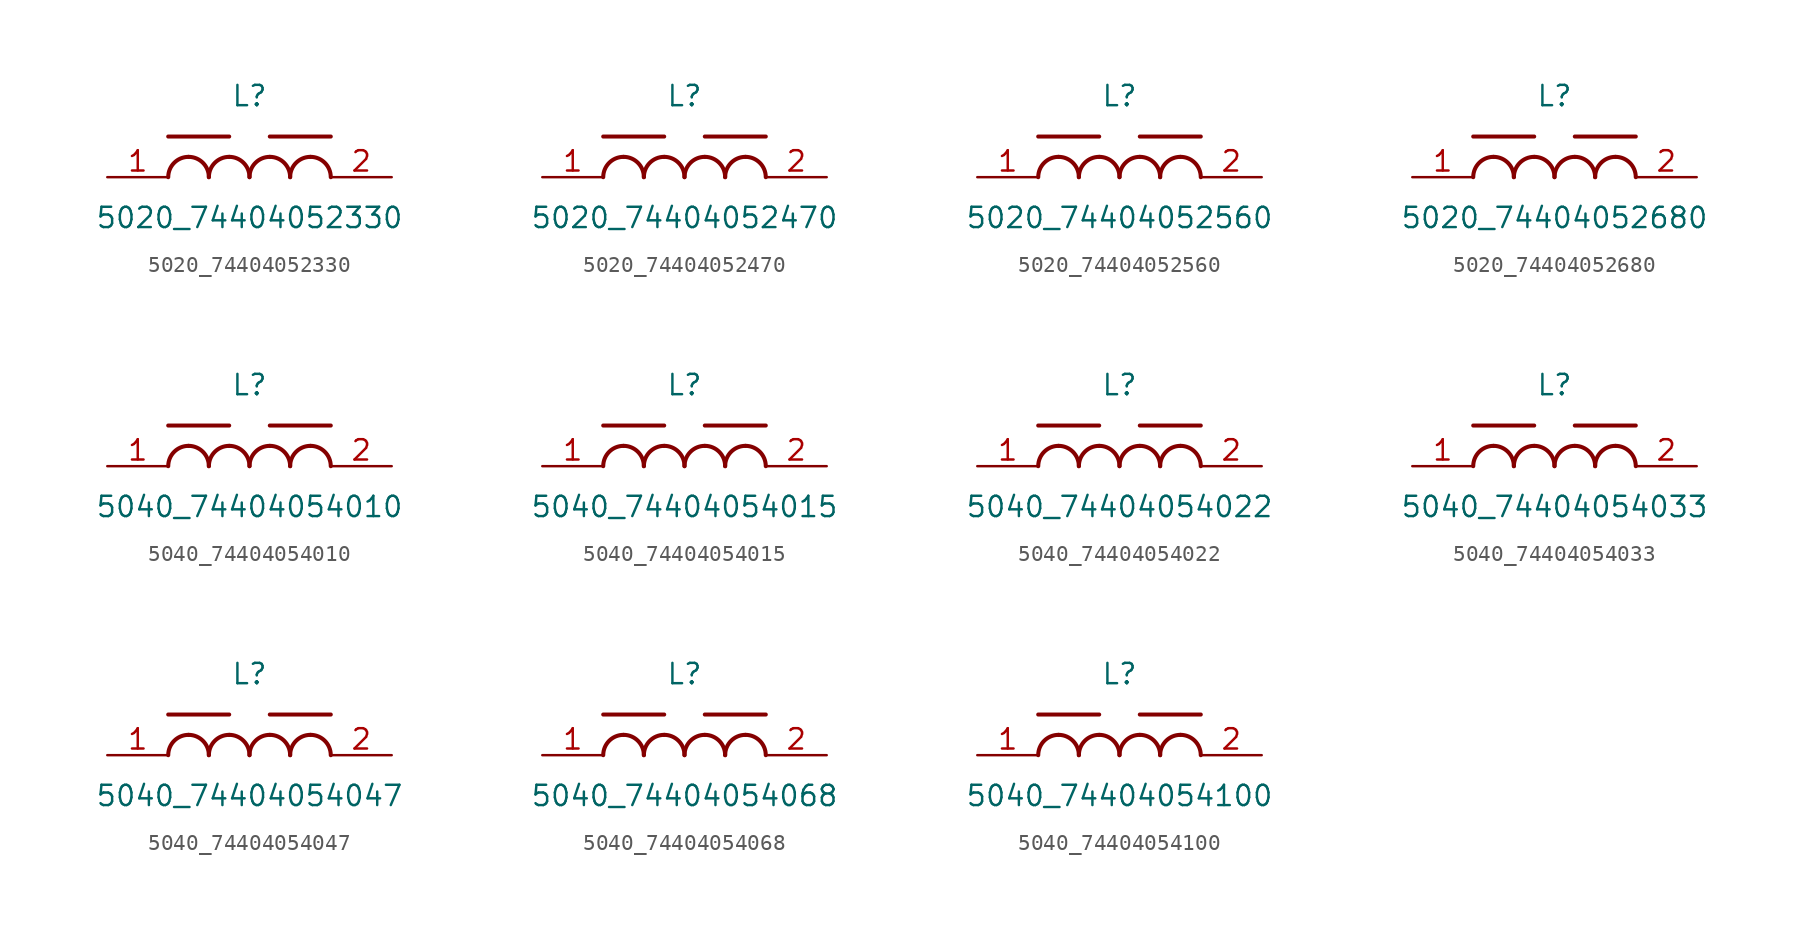
<source format=kicad_sym>
(kicad_symbol_lib
  (version 20211014)
  (generator kicad_symbol_editor)
  (symbol "Inductor_Wurth_WE-LQS:5020_74404052330"
    (pin_names hide)
    (property "Reference" "L"
      (at 0 5.08 0)
      (effects (font (size 1.27 1.27))))
    (property "Value" "5020_74404052330"
      (at 0 -2.54 0)
      (effects (font (size 1.27 1.27))))
    (symbol "5020_74404052330_0_1"
      (arc (start -3.81 1.27) (mid -4.708 0.898) (end -5.08 0) (stroke (width 0.254) (type default) (color 0 0 0 0)) (fill (type none)))
      (arc (start -2.54 0) (mid -2.912 0.898) (end -3.81 1.27) (stroke (width 0.254) (type default) (color 0 0 0 0)) (fill (type none)))
      (arc (start -1.2699 1.2701) (mid -2.1679 0.8981) (end -2.5399 0.0001) (stroke (width 0.254) (type default) (color 0 0 0 0)) (fill (type none)))
      (polyline (pts (xy -5.08 2.54) (xy -1.27 2.54)) (stroke (width 0.254) (type default) (color 0 0 0 0)) (fill (type none)))
      (polyline (pts (xy 5.08 2.54) (xy 1.27 2.54)) (stroke (width 0.254) (type default) (color 0 0 0 0)) (fill (type none)))
      (arc (start 0.0001 0.0001) (mid -0.3719 0.8981) (end -1.2699 1.2701) (stroke (width 0.254) (type default) (color 0 0 0 0)) (fill (type none)))
      (arc (start 1.2701 1.2701) (mid 0.3721 0.8981) (end 0.0001 0.0001) (stroke (width 0.254) (type default) (color 0 0 0 0)) (fill (type none)))
      (arc (start 2.5401 0.0001) (mid 2.1681 0.8981) (end 1.2701 1.2701) (stroke (width 0.254) (type default) (color 0 0 0 0)) (fill (type none)))
      (arc (start 3.8101 1.2701) (mid 2.9121 0.8981) (end 2.5401 0.0001) (stroke (width 0.254) (type default) (color 0 0 0 0)) (fill (type none)))
      (arc (start 5.0801 0.0001) (mid 4.7081 0.8981) (end 3.8101 1.2701) (stroke (width 0.254) (type default) (color 0 0 0 0)) (fill (type none))))
    (symbol "5020_74404052330_1_1"
      (pin passive line (at -8.89 0 0) (length 3.81) (name "1" (effects (font (size 1.27 1.27)))) (number "1" (effects (font (size 1.27 1.27)))))
      (pin passive line (at 8.89 0 180) (length 3.81) (name "2" (effects (font (size 1.27 1.27)))) (number "2" (effects (font (size 1.27 1.27)))))))
  (symbol "Inductor_Wurth_WE-LQS:5020_74404052470"
    (pin_names hide)
    (property "Reference" "L"
      (at 0 5.08 0)
      (effects (font (size 1.27 1.27))))
    (property "Value" "5020_74404052470"
      (at 0 -2.54 0)
      (effects (font (size 1.27 1.27))))
    (symbol "5020_74404052470_0_1"
      (arc (start -3.81 1.27) (mid -4.708 0.898) (end -5.08 0) (stroke (width 0.254) (type default) (color 0 0 0 0)) (fill (type none)))
      (arc (start -2.54 0) (mid -2.912 0.898) (end -3.81 1.27) (stroke (width 0.254) (type default) (color 0 0 0 0)) (fill (type none)))
      (arc (start -1.2699 1.2701) (mid -2.1679 0.8981) (end -2.5399 0.0001) (stroke (width 0.254) (type default) (color 0 0 0 0)) (fill (type none)))
      (polyline (pts (xy -5.08 2.54) (xy -1.27 2.54)) (stroke (width 0.254) (type default) (color 0 0 0 0)) (fill (type none)))
      (polyline (pts (xy 5.08 2.54) (xy 1.27 2.54)) (stroke (width 0.254) (type default) (color 0 0 0 0)) (fill (type none)))
      (arc (start 0.0001 0.0001) (mid -0.3719 0.8981) (end -1.2699 1.2701) (stroke (width 0.254) (type default) (color 0 0 0 0)) (fill (type none)))
      (arc (start 1.2701 1.2701) (mid 0.3721 0.8981) (end 0.0001 0.0001) (stroke (width 0.254) (type default) (color 0 0 0 0)) (fill (type none)))
      (arc (start 2.5401 0.0001) (mid 2.1681 0.8981) (end 1.2701 1.2701) (stroke (width 0.254) (type default) (color 0 0 0 0)) (fill (type none)))
      (arc (start 3.8101 1.2701) (mid 2.9121 0.8981) (end 2.5401 0.0001) (stroke (width 0.254) (type default) (color 0 0 0 0)) (fill (type none)))
      (arc (start 5.0801 0.0001) (mid 4.7081 0.8981) (end 3.8101 1.2701) (stroke (width 0.254) (type default) (color 0 0 0 0)) (fill (type none))))
    (symbol "5020_74404052470_1_1"
      (pin passive line (at -8.89 0 0) (length 3.81) (name "1" (effects (font (size 1.27 1.27)))) (number "1" (effects (font (size 1.27 1.27)))))
      (pin passive line (at 8.89 0 180) (length 3.81) (name "2" (effects (font (size 1.27 1.27)))) (number "2" (effects (font (size 1.27 1.27)))))))
  (symbol "Inductor_Wurth_WE-LQS:5020_74404052560"
    (pin_names hide)
    (property "Reference" "L"
      (at 0 5.08 0)
      (effects (font (size 1.27 1.27))))
    (property "Value" "5020_74404052560"
      (at 0 -2.54 0)
      (effects (font (size 1.27 1.27))))
    (symbol "5020_74404052560_0_1"
      (arc (start -3.81 1.27) (mid -4.708 0.898) (end -5.08 0) (stroke (width 0.254) (type default) (color 0 0 0 0)) (fill (type none)))
      (arc (start -2.54 0) (mid -2.912 0.898) (end -3.81 1.27) (stroke (width 0.254) (type default) (color 0 0 0 0)) (fill (type none)))
      (arc (start -1.2699 1.2701) (mid -2.1679 0.8981) (end -2.5399 0.0001) (stroke (width 0.254) (type default) (color 0 0 0 0)) (fill (type none)))
      (polyline (pts (xy -5.08 2.54) (xy -1.27 2.54)) (stroke (width 0.254) (type default) (color 0 0 0 0)) (fill (type none)))
      (polyline (pts (xy 5.08 2.54) (xy 1.27 2.54)) (stroke (width 0.254) (type default) (color 0 0 0 0)) (fill (type none)))
      (arc (start 0.0001 0.0001) (mid -0.3719 0.8981) (end -1.2699 1.2701) (stroke (width 0.254) (type default) (color 0 0 0 0)) (fill (type none)))
      (arc (start 1.2701 1.2701) (mid 0.3721 0.8981) (end 0.0001 0.0001) (stroke (width 0.254) (type default) (color 0 0 0 0)) (fill (type none)))
      (arc (start 2.5401 0.0001) (mid 2.1681 0.8981) (end 1.2701 1.2701) (stroke (width 0.254) (type default) (color 0 0 0 0)) (fill (type none)))
      (arc (start 3.8101 1.2701) (mid 2.9121 0.8981) (end 2.5401 0.0001) (stroke (width 0.254) (type default) (color 0 0 0 0)) (fill (type none)))
      (arc (start 5.0801 0.0001) (mid 4.7081 0.8981) (end 3.8101 1.2701) (stroke (width 0.254) (type default) (color 0 0 0 0)) (fill (type none))))
    (symbol "5020_74404052560_1_1"
      (pin passive line (at -8.89 0 0) (length 3.81) (name "1" (effects (font (size 1.27 1.27)))) (number "1" (effects (font (size 1.27 1.27)))))
      (pin passive line (at 8.89 0 180) (length 3.81) (name "2" (effects (font (size 1.27 1.27)))) (number "2" (effects (font (size 1.27 1.27)))))))
  (symbol "Inductor_Wurth_WE-LQS:5020_74404052680"
    (pin_names hide)
    (property "Reference" "L"
      (at 0 5.08 0)
      (effects (font (size 1.27 1.27))))
    (property "Value" "5020_74404052680"
      (at 0 -2.54 0)
      (effects (font (size 1.27 1.27))))
    (symbol "5020_74404052680_0_1"
      (arc (start -3.81 1.27) (mid -4.708 0.898) (end -5.08 0) (stroke (width 0.254) (type default) (color 0 0 0 0)) (fill (type none)))
      (arc (start -2.54 0) (mid -2.912 0.898) (end -3.81 1.27) (stroke (width 0.254) (type default) (color 0 0 0 0)) (fill (type none)))
      (arc (start -1.2699 1.2701) (mid -2.1679 0.8981) (end -2.5399 0.0001) (stroke (width 0.254) (type default) (color 0 0 0 0)) (fill (type none)))
      (polyline (pts (xy -5.08 2.54) (xy -1.27 2.54)) (stroke (width 0.254) (type default) (color 0 0 0 0)) (fill (type none)))
      (polyline (pts (xy 5.08 2.54) (xy 1.27 2.54)) (stroke (width 0.254) (type default) (color 0 0 0 0)) (fill (type none)))
      (arc (start 0.0001 0.0001) (mid -0.3719 0.8981) (end -1.2699 1.2701) (stroke (width 0.254) (type default) (color 0 0 0 0)) (fill (type none)))
      (arc (start 1.2701 1.2701) (mid 0.3721 0.8981) (end 0.0001 0.0001) (stroke (width 0.254) (type default) (color 0 0 0 0)) (fill (type none)))
      (arc (start 2.5401 0.0001) (mid 2.1681 0.8981) (end 1.2701 1.2701) (stroke (width 0.254) (type default) (color 0 0 0 0)) (fill (type none)))
      (arc (start 3.8101 1.2701) (mid 2.9121 0.8981) (end 2.5401 0.0001) (stroke (width 0.254) (type default) (color 0 0 0 0)) (fill (type none)))
      (arc (start 5.0801 0.0001) (mid 4.7081 0.8981) (end 3.8101 1.2701) (stroke (width 0.254) (type default) (color 0 0 0 0)) (fill (type none))))
    (symbol "5020_74404052680_1_1"
      (pin passive line (at -8.89 0 0) (length 3.81) (name "1" (effects (font (size 1.27 1.27)))) (number "1" (effects (font (size 1.27 1.27)))))
      (pin passive line (at 8.89 0 180) (length 3.81) (name "2" (effects (font (size 1.27 1.27)))) (number "2" (effects (font (size 1.27 1.27)))))))
  (symbol "Inductor_Wurth_WE-LQS:5040_74404054010"
    (pin_names hide)
    (property "Reference" "L"
      (at 0 5.08 0)
      (effects (font (size 1.27 1.27))))
    (property "Value" "5040_74404054010"
      (at 0 -2.54 0)
      (effects (font (size 1.27 1.27))))
    (symbol "5040_74404054010_0_1"
      (arc (start -3.81 1.27) (mid -4.708 0.898) (end -5.08 0) (stroke (width 0.254) (type default) (color 0 0 0 0)) (fill (type none)))
      (arc (start -2.54 0) (mid -2.912 0.898) (end -3.81 1.27) (stroke (width 0.254) (type default) (color 0 0 0 0)) (fill (type none)))
      (arc (start -1.2699 1.2701) (mid -2.1679 0.8981) (end -2.5399 0.0001) (stroke (width 0.254) (type default) (color 0 0 0 0)) (fill (type none)))
      (polyline (pts (xy -5.08 2.54) (xy -1.27 2.54)) (stroke (width 0.254) (type default) (color 0 0 0 0)) (fill (type none)))
      (polyline (pts (xy 5.08 2.54) (xy 1.27 2.54)) (stroke (width 0.254) (type default) (color 0 0 0 0)) (fill (type none)))
      (arc (start 0.0001 0.0001) (mid -0.3719 0.8981) (end -1.2699 1.2701) (stroke (width 0.254) (type default) (color 0 0 0 0)) (fill (type none)))
      (arc (start 1.2701 1.2701) (mid 0.3721 0.8981) (end 0.0001 0.0001) (stroke (width 0.254) (type default) (color 0 0 0 0)) (fill (type none)))
      (arc (start 2.5401 0.0001) (mid 2.1681 0.8981) (end 1.2701 1.2701) (stroke (width 0.254) (type default) (color 0 0 0 0)) (fill (type none)))
      (arc (start 3.8101 1.2701) (mid 2.9121 0.8981) (end 2.5401 0.0001) (stroke (width 0.254) (type default) (color 0 0 0 0)) (fill (type none)))
      (arc (start 5.0801 0.0001) (mid 4.7081 0.8981) (end 3.8101 1.2701) (stroke (width 0.254) (type default) (color 0 0 0 0)) (fill (type none))))
    (symbol "5040_74404054010_1_1"
      (pin passive line (at -8.89 0 0) (length 3.81) (name "1" (effects (font (size 1.27 1.27)))) (number "1" (effects (font (size 1.27 1.27)))))
      (pin passive line (at 8.89 0 180) (length 3.81) (name "2" (effects (font (size 1.27 1.27)))) (number "2" (effects (font (size 1.27 1.27)))))))
  (symbol "Inductor_Wurth_WE-LQS:5040_74404054015"
    (pin_names hide)
    (property "Reference" "L"
      (at 0 5.08 0)
      (effects (font (size 1.27 1.27))))
    (property "Value" "5040_74404054015"
      (at 0 -2.54 0)
      (effects (font (size 1.27 1.27))))
    (symbol "5040_74404054015_0_1"
      (arc (start -3.81 1.27) (mid -4.708 0.898) (end -5.08 0) (stroke (width 0.254) (type default) (color 0 0 0 0)) (fill (type none)))
      (arc (start -2.54 0) (mid -2.912 0.898) (end -3.81 1.27) (stroke (width 0.254) (type default) (color 0 0 0 0)) (fill (type none)))
      (arc (start -1.2699 1.2701) (mid -2.1679 0.8981) (end -2.5399 0.0001) (stroke (width 0.254) (type default) (color 0 0 0 0)) (fill (type none)))
      (polyline (pts (xy -5.08 2.54) (xy -1.27 2.54)) (stroke (width 0.254) (type default) (color 0 0 0 0)) (fill (type none)))
      (polyline (pts (xy 5.08 2.54) (xy 1.27 2.54)) (stroke (width 0.254) (type default) (color 0 0 0 0)) (fill (type none)))
      (arc (start 0.0001 0.0001) (mid -0.3719 0.8981) (end -1.2699 1.2701) (stroke (width 0.254) (type default) (color 0 0 0 0)) (fill (type none)))
      (arc (start 1.2701 1.2701) (mid 0.3721 0.8981) (end 0.0001 0.0001) (stroke (width 0.254) (type default) (color 0 0 0 0)) (fill (type none)))
      (arc (start 2.5401 0.0001) (mid 2.1681 0.8981) (end 1.2701 1.2701) (stroke (width 0.254) (type default) (color 0 0 0 0)) (fill (type none)))
      (arc (start 3.8101 1.2701) (mid 2.9121 0.8981) (end 2.5401 0.0001) (stroke (width 0.254) (type default) (color 0 0 0 0)) (fill (type none)))
      (arc (start 5.0801 0.0001) (mid 4.7081 0.8981) (end 3.8101 1.2701) (stroke (width 0.254) (type default) (color 0 0 0 0)) (fill (type none))))
    (symbol "5040_74404054015_1_1"
      (pin passive line (at -8.89 0 0) (length 3.81) (name "1" (effects (font (size 1.27 1.27)))) (number "1" (effects (font (size 1.27 1.27)))))
      (pin passive line (at 8.89 0 180) (length 3.81) (name "2" (effects (font (size 1.27 1.27)))) (number "2" (effects (font (size 1.27 1.27)))))))
  (symbol "Inductor_Wurth_WE-LQS:5040_74404054022"
    (pin_names hide)
    (property "Reference" "L"
      (at 0 5.08 0)
      (effects (font (size 1.27 1.27))))
    (property "Value" "5040_74404054022"
      (at 0 -2.54 0)
      (effects (font (size 1.27 1.27))))
    (symbol "5040_74404054022_0_1"
      (arc (start -3.81 1.27) (mid -4.708 0.898) (end -5.08 0) (stroke (width 0.254) (type default) (color 0 0 0 0)) (fill (type none)))
      (arc (start -2.54 0) (mid -2.912 0.898) (end -3.81 1.27) (stroke (width 0.254) (type default) (color 0 0 0 0)) (fill (type none)))
      (arc (start -1.2699 1.2701) (mid -2.1679 0.8981) (end -2.5399 0.0001) (stroke (width 0.254) (type default) (color 0 0 0 0)) (fill (type none)))
      (polyline (pts (xy -5.08 2.54) (xy -1.27 2.54)) (stroke (width 0.254) (type default) (color 0 0 0 0)) (fill (type none)))
      (polyline (pts (xy 5.08 2.54) (xy 1.27 2.54)) (stroke (width 0.254) (type default) (color 0 0 0 0)) (fill (type none)))
      (arc (start 0.0001 0.0001) (mid -0.3719 0.8981) (end -1.2699 1.2701) (stroke (width 0.254) (type default) (color 0 0 0 0)) (fill (type none)))
      (arc (start 1.2701 1.2701) (mid 0.3721 0.8981) (end 0.0001 0.0001) (stroke (width 0.254) (type default) (color 0 0 0 0)) (fill (type none)))
      (arc (start 2.5401 0.0001) (mid 2.1681 0.8981) (end 1.2701 1.2701) (stroke (width 0.254) (type default) (color 0 0 0 0)) (fill (type none)))
      (arc (start 3.8101 1.2701) (mid 2.9121 0.8981) (end 2.5401 0.0001) (stroke (width 0.254) (type default) (color 0 0 0 0)) (fill (type none)))
      (arc (start 5.0801 0.0001) (mid 4.7081 0.8981) (end 3.8101 1.2701) (stroke (width 0.254) (type default) (color 0 0 0 0)) (fill (type none))))
    (symbol "5040_74404054022_1_1"
      (pin passive line (at -8.89 0 0) (length 3.81) (name "1" (effects (font (size 1.27 1.27)))) (number "1" (effects (font (size 1.27 1.27)))))
      (pin passive line (at 8.89 0 180) (length 3.81) (name "2" (effects (font (size 1.27 1.27)))) (number "2" (effects (font (size 1.27 1.27)))))))
  (symbol "Inductor_Wurth_WE-LQS:5040_74404054033"
    (pin_names hide)
    (property "Reference" "L"
      (at 0 5.08 0)
      (effects (font (size 1.27 1.27))))
    (property "Value" "5040_74404054033"
      (at 0 -2.54 0)
      (effects (font (size 1.27 1.27))))
    (symbol "5040_74404054033_0_1"
      (arc (start -3.81 1.27) (mid -4.708 0.898) (end -5.08 0) (stroke (width 0.254) (type default) (color 0 0 0 0)) (fill (type none)))
      (arc (start -2.54 0) (mid -2.912 0.898) (end -3.81 1.27) (stroke (width 0.254) (type default) (color 0 0 0 0)) (fill (type none)))
      (arc (start -1.2699 1.2701) (mid -2.1679 0.8981) (end -2.5399 0.0001) (stroke (width 0.254) (type default) (color 0 0 0 0)) (fill (type none)))
      (polyline (pts (xy -5.08 2.54) (xy -1.27 2.54)) (stroke (width 0.254) (type default) (color 0 0 0 0)) (fill (type none)))
      (polyline (pts (xy 5.08 2.54) (xy 1.27 2.54)) (stroke (width 0.254) (type default) (color 0 0 0 0)) (fill (type none)))
      (arc (start 0.0001 0.0001) (mid -0.3719 0.8981) (end -1.2699 1.2701) (stroke (width 0.254) (type default) (color 0 0 0 0)) (fill (type none)))
      (arc (start 1.2701 1.2701) (mid 0.3721 0.8981) (end 0.0001 0.0001) (stroke (width 0.254) (type default) (color 0 0 0 0)) (fill (type none)))
      (arc (start 2.5401 0.0001) (mid 2.1681 0.8981) (end 1.2701 1.2701) (stroke (width 0.254) (type default) (color 0 0 0 0)) (fill (type none)))
      (arc (start 3.8101 1.2701) (mid 2.9121 0.8981) (end 2.5401 0.0001) (stroke (width 0.254) (type default) (color 0 0 0 0)) (fill (type none)))
      (arc (start 5.0801 0.0001) (mid 4.7081 0.8981) (end 3.8101 1.2701) (stroke (width 0.254) (type default) (color 0 0 0 0)) (fill (type none))))
    (symbol "5040_74404054033_1_1"
      (pin passive line (at -8.89 0 0) (length 3.81) (name "1" (effects (font (size 1.27 1.27)))) (number "1" (effects (font (size 1.27 1.27)))))
      (pin passive line (at 8.89 0 180) (length 3.81) (name "2" (effects (font (size 1.27 1.27)))) (number "2" (effects (font (size 1.27 1.27)))))))
  (symbol "Inductor_Wurth_WE-LQS:5040_74404054047"
    (pin_names hide)
    (property "Reference" "L"
      (at 0 5.08 0)
      (effects (font (size 1.27 1.27))))
    (property "Value" "5040_74404054047"
      (at 0 -2.54 0)
      (effects (font (size 1.27 1.27))))
    (symbol "5040_74404054047_0_1"
      (arc (start -3.81 1.27) (mid -4.708 0.898) (end -5.08 0) (stroke (width 0.254) (type default) (color 0 0 0 0)) (fill (type none)))
      (arc (start -2.54 0) (mid -2.912 0.898) (end -3.81 1.27) (stroke (width 0.254) (type default) (color 0 0 0 0)) (fill (type none)))
      (arc (start -1.2699 1.2701) (mid -2.1679 0.8981) (end -2.5399 0.0001) (stroke (width 0.254) (type default) (color 0 0 0 0)) (fill (type none)))
      (polyline (pts (xy -5.08 2.54) (xy -1.27 2.54)) (stroke (width 0.254) (type default) (color 0 0 0 0)) (fill (type none)))
      (polyline (pts (xy 5.08 2.54) (xy 1.27 2.54)) (stroke (width 0.254) (type default) (color 0 0 0 0)) (fill (type none)))
      (arc (start 0.0001 0.0001) (mid -0.3719 0.8981) (end -1.2699 1.2701) (stroke (width 0.254) (type default) (color 0 0 0 0)) (fill (type none)))
      (arc (start 1.2701 1.2701) (mid 0.3721 0.8981) (end 0.0001 0.0001) (stroke (width 0.254) (type default) (color 0 0 0 0)) (fill (type none)))
      (arc (start 2.5401 0.0001) (mid 2.1681 0.8981) (end 1.2701 1.2701) (stroke (width 0.254) (type default) (color 0 0 0 0)) (fill (type none)))
      (arc (start 3.8101 1.2701) (mid 2.9121 0.8981) (end 2.5401 0.0001) (stroke (width 0.254) (type default) (color 0 0 0 0)) (fill (type none)))
      (arc (start 5.0801 0.0001) (mid 4.7081 0.8981) (end 3.8101 1.2701) (stroke (width 0.254) (type default) (color 0 0 0 0)) (fill (type none))))
    (symbol "5040_74404054047_1_1"
      (pin passive line (at -8.89 0 0) (length 3.81) (name "1" (effects (font (size 1.27 1.27)))) (number "1" (effects (font (size 1.27 1.27)))))
      (pin passive line (at 8.89 0 180) (length 3.81) (name "2" (effects (font (size 1.27 1.27)))) (number "2" (effects (font (size 1.27 1.27)))))))
  (symbol "Inductor_Wurth_WE-LQS:5040_74404054068"
    (pin_names hide)
    (property "Reference" "L"
      (at 0 5.08 0)
      (effects (font (size 1.27 1.27))))
    (property "Value" "5040_74404054068"
      (at 0 -2.54 0)
      (effects (font (size 1.27 1.27))))
    (symbol "5040_74404054068_0_1"
      (arc (start -3.81 1.27) (mid -4.708 0.898) (end -5.08 0) (stroke (width 0.254) (type default) (color 0 0 0 0)) (fill (type none)))
      (arc (start -2.54 0) (mid -2.912 0.898) (end -3.81 1.27) (stroke (width 0.254) (type default) (color 0 0 0 0)) (fill (type none)))
      (arc (start -1.2699 1.2701) (mid -2.1679 0.8981) (end -2.5399 0.0001) (stroke (width 0.254) (type default) (color 0 0 0 0)) (fill (type none)))
      (polyline (pts (xy -5.08 2.54) (xy -1.27 2.54)) (stroke (width 0.254) (type default) (color 0 0 0 0)) (fill (type none)))
      (polyline (pts (xy 5.08 2.54) (xy 1.27 2.54)) (stroke (width 0.254) (type default) (color 0 0 0 0)) (fill (type none)))
      (arc (start 0.0001 0.0001) (mid -0.3719 0.8981) (end -1.2699 1.2701) (stroke (width 0.254) (type default) (color 0 0 0 0)) (fill (type none)))
      (arc (start 1.2701 1.2701) (mid 0.3721 0.8981) (end 0.0001 0.0001) (stroke (width 0.254) (type default) (color 0 0 0 0)) (fill (type none)))
      (arc (start 2.5401 0.0001) (mid 2.1681 0.8981) (end 1.2701 1.2701) (stroke (width 0.254) (type default) (color 0 0 0 0)) (fill (type none)))
      (arc (start 3.8101 1.2701) (mid 2.9121 0.8981) (end 2.5401 0.0001) (stroke (width 0.254) (type default) (color 0 0 0 0)) (fill (type none)))
      (arc (start 5.0801 0.0001) (mid 4.7081 0.8981) (end 3.8101 1.2701) (stroke (width 0.254) (type default) (color 0 0 0 0)) (fill (type none))))
    (symbol "5040_74404054068_1_1"
      (pin passive line (at -8.89 0 0) (length 3.81) (name "1" (effects (font (size 1.27 1.27)))) (number "1" (effects (font (size 1.27 1.27)))))
      (pin passive line (at 8.89 0 180) (length 3.81) (name "2" (effects (font (size 1.27 1.27)))) (number "2" (effects (font (size 1.27 1.27)))))))
  (symbol "Inductor_Wurth_WE-LQS:5040_74404054100"
    (pin_names hide)
    (property "Reference" "L"
      (at 0 5.08 0)
      (effects (font (size 1.27 1.27))))
    (property "Value" "5040_74404054100"
      (at 0 -2.54 0)
      (effects (font (size 1.27 1.27))))
    (symbol "5040_74404054100_0_1"
      (arc (start -3.81 1.27) (mid -4.708 0.898) (end -5.08 0) (stroke (width 0.254) (type default) (color 0 0 0 0)) (fill (type none)))
      (arc (start -2.54 0) (mid -2.912 0.898) (end -3.81 1.27) (stroke (width 0.254) (type default) (color 0 0 0 0)) (fill (type none)))
      (arc (start -1.2699 1.2701) (mid -2.1679 0.8981) (end -2.5399 0.0001) (stroke (width 0.254) (type default) (color 0 0 0 0)) (fill (type none)))
      (polyline (pts (xy -5.08 2.54) (xy -1.27 2.54)) (stroke (width 0.254) (type default) (color 0 0 0 0)) (fill (type none)))
      (polyline (pts (xy 5.08 2.54) (xy 1.27 2.54)) (stroke (width 0.254) (type default) (color 0 0 0 0)) (fill (type none)))
      (arc (start 0.0001 0.0001) (mid -0.3719 0.8981) (end -1.2699 1.2701) (stroke (width 0.254) (type default) (color 0 0 0 0)) (fill (type none)))
      (arc (start 1.2701 1.2701) (mid 0.3721 0.8981) (end 0.0001 0.0001) (stroke (width 0.254) (type default) (color 0 0 0 0)) (fill (type none)))
      (arc (start 2.5401 0.0001) (mid 2.1681 0.8981) (end 1.2701 1.2701) (stroke (width 0.254) (type default) (color 0 0 0 0)) (fill (type none)))
      (arc (start 3.8101 1.2701) (mid 2.9121 0.8981) (end 2.5401 0.0001) (stroke (width 0.254) (type default) (color 0 0 0 0)) (fill (type none)))
      (arc (start 5.0801 0.0001) (mid 4.7081 0.8981) (end 3.8101 1.2701) (stroke (width 0.254) (type default) (color 0 0 0 0)) (fill (type none))))
    (symbol "5040_74404054100_1_1"
      (pin passive line (at -8.89 0 0) (length 3.81) (name "1" (effects (font (size 1.27 1.27)))) (number "1" (effects (font (size 1.27 1.27)))))
      (pin passive line (at 8.89 0 180) (length 3.81) (name "2" (effects (font (size 1.27 1.27)))) (number "2" (effects (font (size 1.27 1.27))))))))
</source>
